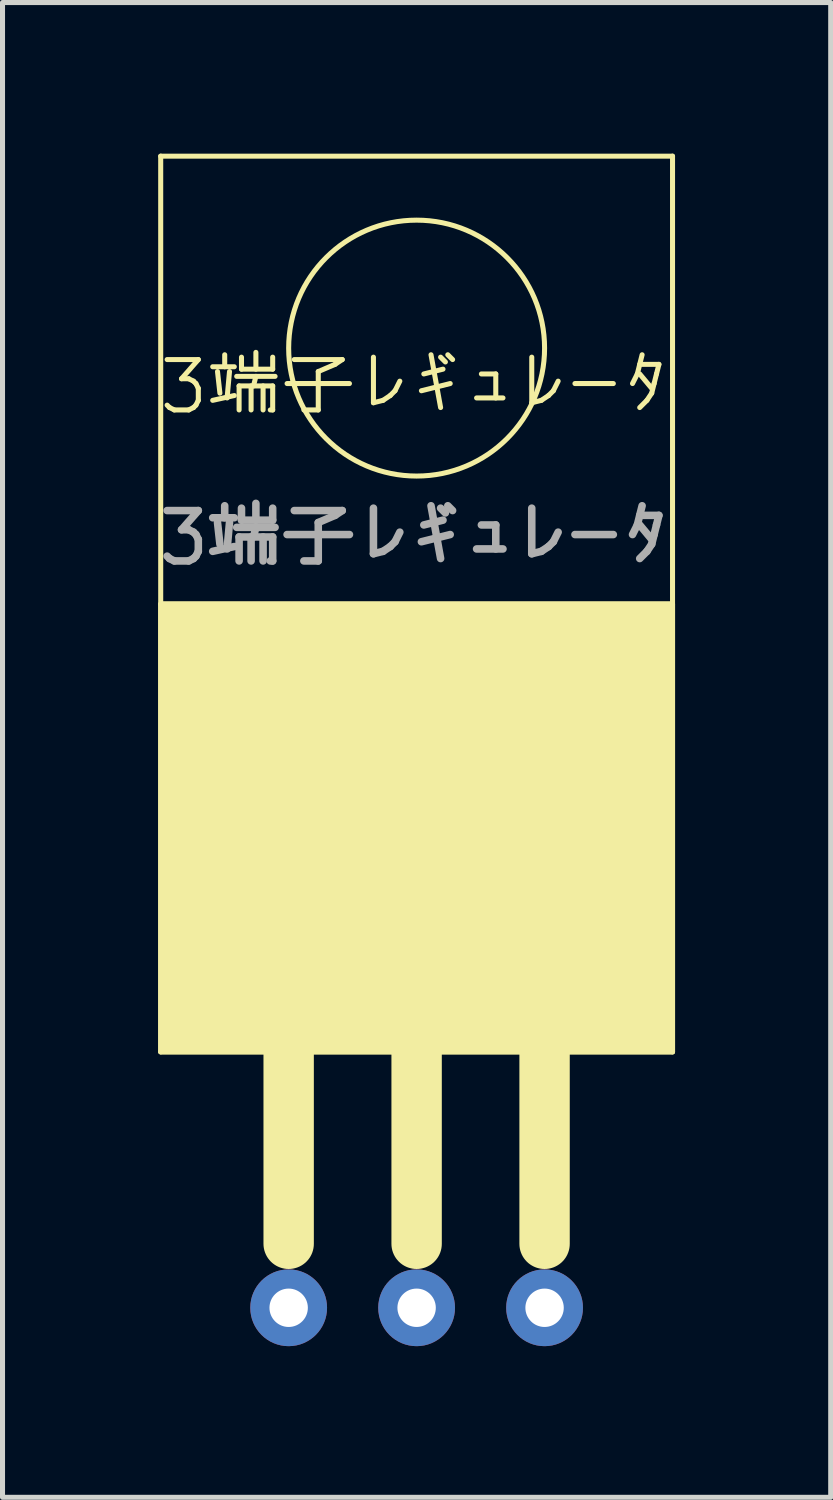
<source format=kicad_pcb>
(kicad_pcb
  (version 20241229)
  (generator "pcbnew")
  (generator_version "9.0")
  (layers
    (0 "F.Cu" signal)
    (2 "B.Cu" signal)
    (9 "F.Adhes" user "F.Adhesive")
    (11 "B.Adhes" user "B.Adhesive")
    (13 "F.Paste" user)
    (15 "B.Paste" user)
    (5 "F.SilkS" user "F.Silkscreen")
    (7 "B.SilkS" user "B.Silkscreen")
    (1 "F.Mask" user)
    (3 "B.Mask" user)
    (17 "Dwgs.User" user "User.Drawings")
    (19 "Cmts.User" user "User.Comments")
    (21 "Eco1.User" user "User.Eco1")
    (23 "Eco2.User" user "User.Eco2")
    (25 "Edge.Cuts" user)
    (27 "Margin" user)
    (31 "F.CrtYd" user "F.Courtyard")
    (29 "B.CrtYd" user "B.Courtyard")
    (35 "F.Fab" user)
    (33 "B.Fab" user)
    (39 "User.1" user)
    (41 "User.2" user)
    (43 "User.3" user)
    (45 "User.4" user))
  (footprint "3端子レギュレータ"
    (layer "F.Cu")
    (at 5.22 5.13)
    (property "Reference" "3端子レギュレータ" (at 0 -0.5 0) (unlocked yes) (layer "F.SilkS") (effects (font (size 1 1) (thickness 0.1))))
    (attr through_hole)
    (fp_line (start -5.08 -5.08) (end -5.08 12.7) (stroke (width 0.1) (type default)) (layer "F.SilkS"))
    (fp_line (start -5.08 12.7) (end 5.08 12.7) (stroke (width 0.1) (type default)) (layer "F.SilkS"))
    (fp_line (start -2.54 16.51) (end -2.54 12.7) (stroke (width 1) (type default)) (layer "F.SilkS"))
    (fp_line (start 0 16.51) (end 0 12.7) (stroke (width 1) (type default)) (layer "F.SilkS"))
    (fp_line (start 2.54 16.51) (end 2.54 12.7) (stroke (width 1) (type default)) (layer "F.SilkS"))
    (fp_line (start 5.08 -5.08) (end -5.08 -5.08) (stroke (width 0.1) (type default)) (layer "F.SilkS"))
    (fp_line (start 5.08 3.81) (end -5.08 3.81) (stroke (width 0.1) (type default)) (layer "F.SilkS"))
    (fp_line (start 5.08 12.7) (end 5.08 -5.08) (stroke (width 0.1) (type default)) (layer "F.SilkS"))
    (fp_circle (center 0 -1.27) (end 0 -3.81) (stroke (width 0.1) (type default)) (fill no) (layer "F.SilkS"))
    (fp_poly (pts (xy -5.08 12.7) (xy 5.08 12.7) (xy 5.08 3.81) (xy -5.08 3.81)) (stroke (width 0.1) (type solid)) (fill yes) (layer "F.SilkS"))
    (fp_text user "${REFERENCE}" (at 0 2.5 0) (unlocked yes) (layer "F.Fab") (effects (font (size 1 1) (thickness 0.15))))
    (pad "1" thru_hole circle (at -2.54 17.78) (size 1.524 1.524) (drill 0.762) (layers "*.Cu" "*.Mask"))
    (pad "2" thru_hole circle (at 0 17.78) (size 1.524 1.524) (drill 0.762) (layers "*.Cu" "*.Mask"))
    (pad "3" thru_hole circle (at 2.54 17.78) (size 1.524 1.524) (drill 0.762) (layers "*.Cu" "*.Mask")))
  (gr_rect
    (start -3 -3)
    (end 13.44 26.672)
    (stroke (width 0.1) (type default))
    (fill no)
    (layer "Edge.Cuts")))
</source>
